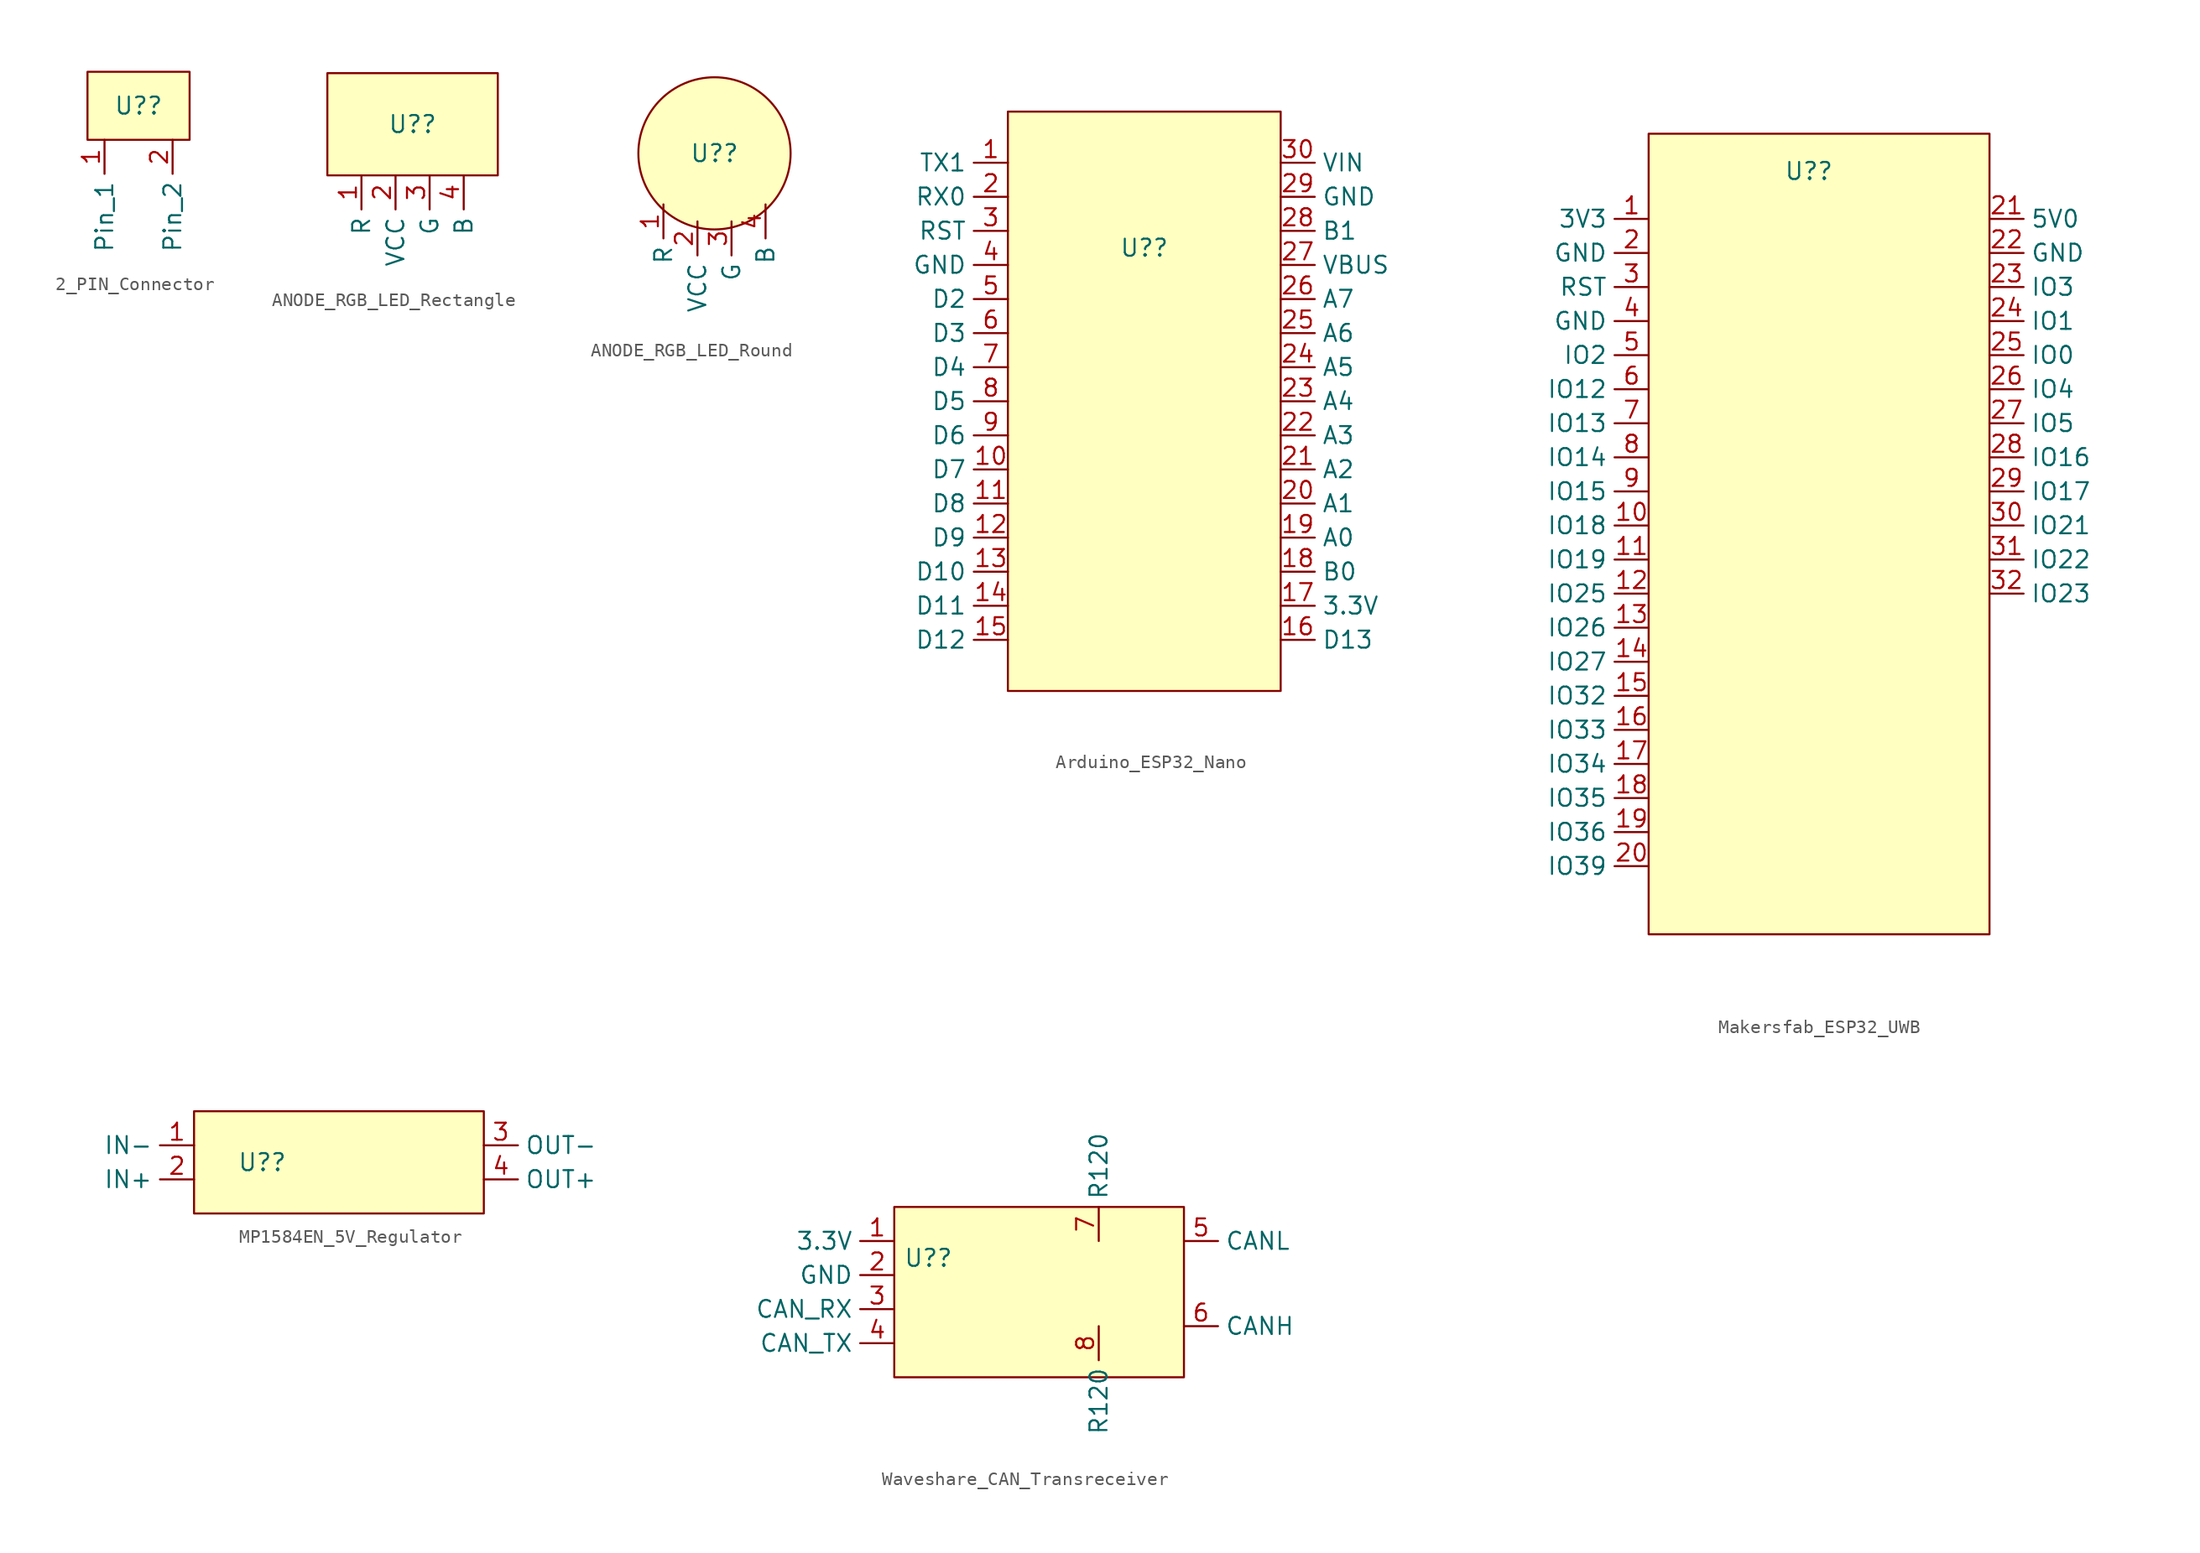
<source format=kicad_sym>
(kicad_symbol_lib
  (version 20241209)
  (generator "kicad_symbol_editor")
  (generator_version "9.0")
  (symbol "2_PIN_Connector"
    (property "Reference" "U?"
      (at 0 0 0)
      (effects (font (size 1.27 1.27))))
    (property "Value" ""
      (at 0 0 0)
      (effects (font (size 1.27 1.27))))
    (symbol "2_PIN_Connector_1_1"
      (rectangle (start -3.81 2.54) (end 3.81 -2.54) (stroke (width 0) (type solid)) (fill (type color) (color 255 255 194 1)))
      (pin bidirectional line (at -2.54 -2.54 270) (length 2.54) (name "Pin_1" (effects (font (size 1.27 1.27)))) (number "1" (effects (font (size 1.27 1.27)))))
      (pin bidirectional line (at 2.54 -2.54 270) (length 2.54) (name "Pin_2" (effects (font (size 1.27 1.27)))) (number "2" (effects (font (size 1.27 1.27)))))))
  (symbol "ANODE_RGB_LED_Rectangle"
    (property "Reference" "U?"
      (at 0 1.27 0)
      (effects (font (size 1.27 1.27))))
    (property "Value" ""
      (at -8.89 -3.81 0)
      (effects (font (size 1.27 1.27))))
    (symbol "ANODE_RGB_LED_Rectangle_1_1"
      (rectangle (start -6.35 5.08) (end 6.35 -2.54) (stroke (width 0) (type solid)) (fill (type color) (color 255 255 194 1)))
      (pin passive line (at -3.81 -2.54 270) (length 2.54) (name "R" (effects (font (size 1.27 1.27)))) (number "1" (effects (font (size 1.27 1.27)))))
      (pin power_in line (at -1.27 -2.54 270) (length 2.54) (name "VCC" (effects (font (size 1.27 1.27)))) (number "2" (effects (font (size 1.27 1.27)))))
      (pin passive line (at 1.27 -2.54 270) (length 2.54) (name "G" (effects (font (size 1.27 1.27)))) (number "3" (effects (font (size 1.27 1.27)))))
      (pin passive line (at 3.81 -2.54 270) (length 2.54) (name "B" (effects (font (size 1.27 1.27)))) (number "4" (effects (font (size 1.27 1.27)))))))
  (symbol "ANODE_RGB_LED_Round"
    (property "Reference" "U?"
      (at 0 0 0)
      (effects (font (size 1.27 1.27))))
    (property "Value" ""
      (at -8.89 -5.08 0)
      (effects (font (size 1.27 1.27))))
    (symbol "ANODE_RGB_LED_Round_1_1"
      (circle (center 0 0) (radius 5.68) (stroke (width 0) (type solid)) (fill (type color) (color 255 255 194 1)))
      (pin passive line (at -3.81 -3.81 270) (length 2.54) (name "R" (effects (font (size 1.27 1.27)))) (number "1" (effects (font (size 1.27 1.27)))))
      (pin power_in line (at -1.27 -5.08 270) (length 2.54) (name "VCC" (effects (font (size 1.27 1.27)))) (number "2" (effects (font (size 1.27 1.27)))))
      (pin passive line (at 1.27 -5.08 270) (length 2.54) (name "G" (effects (font (size 1.27 1.27)))) (number "3" (effects (font (size 1.27 1.27)))))
      (pin passive line (at 3.81 -3.81 270) (length 2.54) (name "B" (effects (font (size 1.27 1.27)))) (number "4" (effects (font (size 1.27 1.27)))))))
  (symbol "Arduino_ESP32_Nano"
    (property "Reference" "U?"
      (at 0 10.16 0)
      (effects (font (size 1.27 1.27))))
    (property "Value" ""
      (at 0 10.16 0)
      (effects (font (size 1.27 1.27))))
    (symbol "Arduino_ESP32_Nano_1_1"
      (rectangle (start -10.16 20.32) (end 10.16 -22.86) (stroke (width 0) (type solid)) (fill (type color) (color 255 255 194 1)))
      (pin bidirectional line (at -10.16 16.51 180) (length 2.54) (name "TX1" (effects (font (size 1.27 1.27)))) (number "1" (effects (font (size 1.27 1.27)))))
      (pin bidirectional line (at -10.16 13.97 180) (length 2.54) (name "RX0" (effects (font (size 1.27 1.27)))) (number "2" (effects (font (size 1.27 1.27)))))
      (pin input line (at -10.16 11.43 180) (length 2.54) (name "RST" (effects (font (size 1.27 1.27)))) (number "3" (effects (font (size 1.27 1.27)))))
      (pin power_in line (at -10.16 8.89 180) (length 2.54) (name "GND" (effects (font (size 1.27 1.27)))) (number "4" (effects (font (size 1.27 1.27)))))
      (pin bidirectional line (at -10.16 6.35 180) (length 2.54) (name "D2" (effects (font (size 1.27 1.27)))) (number "5" (effects (font (size 1.27 1.27)))))
      (pin bidirectional line (at -10.16 3.81 180) (length 2.54) (name "D3" (effects (font (size 1.27 1.27)))) (number "6" (effects (font (size 1.27 1.27)))))
      (pin bidirectional line (at -10.16 1.27 180) (length 2.54) (name "D4" (effects (font (size 1.27 1.27)))) (number "7" (effects (font (size 1.27 1.27)))))
      (pin bidirectional line (at -10.16 -1.27 180) (length 2.54) (name "D5" (effects (font (size 1.27 1.27)))) (number "8" (effects (font (size 1.27 1.27)))))
      (pin bidirectional line (at -10.16 -3.81 180) (length 2.54) (name "D6" (effects (font (size 1.27 1.27)))) (number "9" (effects (font (size 1.27 1.27)))))
      (pin bidirectional line (at -10.16 -6.35 180) (length 2.54) (name "D7" (effects (font (size 1.27 1.27)))) (number "10" (effects (font (size 1.27 1.27)))))
      (pin bidirectional line (at -10.16 -8.89 180) (length 2.54) (name "D8" (effects (font (size 1.27 1.27)))) (number "11" (effects (font (size 1.27 1.27)))))
      (pin bidirectional line (at -10.16 -11.43 180) (length 2.54) (name "D9" (effects (font (size 1.27 1.27)))) (number "12" (effects (font (size 1.27 1.27)))))
      (pin bidirectional line (at -10.16 -13.97 180) (length 2.54) (name "D10" (effects (font (size 1.27 1.27)))) (number "13" (effects (font (size 1.27 1.27)))))
      (pin bidirectional line (at -10.16 -16.51 180) (length 2.54) (name "D11" (effects (font (size 1.27 1.27)))) (number "14" (effects (font (size 1.27 1.27)))))
      (pin bidirectional line (at -10.16 -19.05 180) (length 2.54) (name "D12" (effects (font (size 1.27 1.27)))) (number "15" (effects (font (size 1.27 1.27)))))
      (pin power_in line (at 10.16 16.51 0) (length 2.54) (name "VIN" (effects (font (size 1.27 1.27)))) (number "30" (effects (font (size 1.27 1.27)))))
      (pin power_in line (at 10.16 13.97 0) (length 2.54) (name "GND" (effects (font (size 1.27 1.27)))) (number "29" (effects (font (size 1.27 1.27)))))
      (pin input line (at 10.16 11.43 0) (length 2.54) (name "B1" (effects (font (size 1.27 1.27)))) (number "28" (effects (font (size 1.27 1.27)))))
      (pin power_out line (at 10.16 8.89 0) (length 2.54) (name "VBUS" (effects (font (size 1.27 1.27)))) (number "27" (effects (font (size 1.27 1.27)))))
      (pin bidirectional line (at 10.16 6.35 0) (length 2.54) (name "A7" (effects (font (size 1.27 1.27)))) (number "26" (effects (font (size 1.27 1.27)))))
      (pin bidirectional line (at 10.16 3.81 0) (length 2.54) (name "A6" (effects (font (size 1.27 1.27)))) (number "25" (effects (font (size 1.27 1.27)))))
      (pin bidirectional line (at 10.16 1.27 0) (length 2.54) (name "A5" (effects (font (size 1.27 1.27)))) (number "24" (effects (font (size 1.27 1.27)))))
      (pin bidirectional line (at 10.16 -1.27 0) (length 2.54) (name "A4" (effects (font (size 1.27 1.27)))) (number "23" (effects (font (size 1.27 1.27)))))
      (pin bidirectional line (at 10.16 -3.81 0) (length 2.54) (name "A3" (effects (font (size 1.27 1.27)))) (number "22" (effects (font (size 1.27 1.27)))))
      (pin bidirectional line (at 10.16 -6.35 0) (length 2.54) (name "A2" (effects (font (size 1.27 1.27)))) (number "21" (effects (font (size 1.27 1.27)))))
      (pin bidirectional line (at 10.16 -8.89 0) (length 2.54) (name "A1" (effects (font (size 1.27 1.27)))) (number "20" (effects (font (size 1.27 1.27)))))
      (pin bidirectional line (at 10.16 -11.43 0) (length 2.54) (name "A0" (effects (font (size 1.27 1.27)))) (number "19" (effects (font (size 1.27 1.27)))))
      (pin input line (at 10.16 -13.97 0) (length 2.54) (name "B0" (effects (font (size 1.27 1.27)))) (number "18" (effects (font (size 1.27 1.27)))))
      (pin power_in line (at 10.16 -16.51 0) (length 2.54) (name "3.3V" (effects (font (size 1.27 1.27)))) (number "17" (effects (font (size 1.27 1.27)))))
      (pin bidirectional line (at 10.16 -19.05 0) (length 2.54) (name "D13" (effects (font (size 1.27 1.27)))) (number "16" (effects (font (size 1.27 1.27)))))))
  (symbol "Makersfab_ESP32_UWB"
    (property "Reference" "U?"
      (at -0.762 21.336 0)
      (effects (font (size 1.27 1.27))))
    (property "Value" ""
      (at -7.62 16.51 0)
      (effects (font (size 1.27 1.27))))
    (symbol "Makersfab_ESP32_UWB_1_1"
      (rectangle (start -12.7 24.13) (end 12.7 -35.56) (stroke (width 0) (type solid)) (fill (type color) (color 255 255 194 1)))
      (pin power_out line (at -12.7 17.78 180) (length 2.54) (name "3V3" (effects (font (size 1.27 1.27)))) (number "1" (effects (font (size 1.27 1.27)))))
      (pin power_in line (at -12.7 15.24 180) (length 2.54) (name "GND" (effects (font (size 1.27 1.27)))) (number "2" (effects (font (size 1.27 1.27)))))
      (pin input line (at -12.7 12.7 180) (length 2.54) (name "RST" (effects (font (size 1.27 1.27)))) (number "3" (effects (font (size 1.27 1.27)))))
      (pin power_in line (at -12.7 10.16 180) (length 2.54) (name "GND" (effects (font (size 1.27 1.27)))) (number "4" (effects (font (size 1.27 1.27)))))
      (pin bidirectional line (at -12.7 7.62 180) (length 2.54) (name "IO2" (effects (font (size 1.27 1.27)))) (number "5" (effects (font (size 1.27 1.27)))))
      (pin bidirectional line (at -12.7 5.08 180) (length 2.54) (name "IO12" (effects (font (size 1.27 1.27)))) (number "6" (effects (font (size 1.27 1.27)))))
      (pin bidirectional line (at -12.7 2.54 180) (length 2.54) (name "IO13" (effects (font (size 1.27 1.27)))) (number "7" (effects (font (size 1.27 1.27)))))
      (pin bidirectional line (at -12.7 0 180) (length 2.54) (name "IO14" (effects (font (size 1.27 1.27)))) (number "8" (effects (font (size 1.27 1.27)))))
      (pin bidirectional line (at -12.7 -2.54 180) (length 2.54) (name "IO15" (effects (font (size 1.27 1.27)))) (number "9" (effects (font (size 1.27 1.27)))))
      (pin bidirectional line (at -12.7 -5.08 180) (length 2.54) (name "IO18" (effects (font (size 1.27 1.27)))) (number "10" (effects (font (size 1.27 1.27)))))
      (pin bidirectional line (at -12.7 -7.62 180) (length 2.54) (name "IO19" (effects (font (size 1.27 1.27)))) (number "11" (effects (font (size 1.27 1.27)))))
      (pin bidirectional line (at -12.7 -10.16 180) (length 2.54) (name "IO25" (effects (font (size 1.27 1.27)))) (number "12" (effects (font (size 1.27 1.27)))))
      (pin bidirectional line (at -12.7 -12.7 180) (length 2.54) (name "IO26" (effects (font (size 1.27 1.27)))) (number "13" (effects (font (size 1.27 1.27)))))
      (pin bidirectional line (at -12.7 -15.24 180) (length 2.54) (name "IO27" (effects (font (size 1.27 1.27)))) (number "14" (effects (font (size 1.27 1.27)))))
      (pin bidirectional line (at -12.7 -17.78 180) (length 2.54) (name "IO32" (effects (font (size 1.27 1.27)))) (number "15" (effects (font (size 1.27 1.27)))))
      (pin bidirectional line (at -12.7 -20.32 180) (length 2.54) (name "IO33" (effects (font (size 1.27 1.27)))) (number "16" (effects (font (size 1.27 1.27)))))
      (pin bidirectional line (at -12.7 -22.86 180) (length 2.54) (name "IO34" (effects (font (size 1.27 1.27)))) (number "17" (effects (font (size 1.27 1.27)))))
      (pin bidirectional line (at -12.7 -25.4 180) (length 2.54) (name "IO35" (effects (font (size 1.27 1.27)))) (number "18" (effects (font (size 1.27 1.27)))))
      (pin bidirectional line (at -12.7 -27.94 180) (length 2.54) (name "IO36" (effects (font (size 1.27 1.27)))) (number "19" (effects (font (size 1.27 1.27)))))
      (pin bidirectional line (at -12.7 -30.48 180) (length 2.54) (name "IO39" (effects (font (size 1.27 1.27)))) (number "20" (effects (font (size 1.27 1.27)))))
      (pin power_in line (at 12.7 17.78 0) (length 2.54) (name "5V0" (effects (font (size 1.27 1.27)))) (number "21" (effects (font (size 1.27 1.27)))))
      (pin power_in line (at 12.7 15.24 0) (length 2.54) (name "GND" (effects (font (size 1.27 1.27)))) (number "22" (effects (font (size 1.27 1.27)))))
      (pin bidirectional line (at 12.7 12.7 0) (length 2.54) (name "IO3" (effects (font (size 1.27 1.27)))) (number "23" (effects (font (size 1.27 1.27)))))
      (pin bidirectional line (at 12.7 10.16 0) (length 2.54) (name "IO1" (effects (font (size 1.27 1.27)))) (number "24" (effects (font (size 1.27 1.27)))))
      (pin bidirectional line (at 12.7 7.62 0) (length 2.54) (name "IO0" (effects (font (size 1.27 1.27)))) (number "25" (effects (font (size 1.27 1.27)))))
      (pin bidirectional line (at 12.7 5.08 0) (length 2.54) (name "IO4" (effects (font (size 1.27 1.27)))) (number "26" (effects (font (size 1.27 1.27)))))
      (pin bidirectional line (at 12.7 2.54 0) (length 2.54) (name "IO5" (effects (font (size 1.27 1.27)))) (number "27" (effects (font (size 1.27 1.27)))))
      (pin bidirectional line (at 12.7 0 0) (length 2.54) (name "IO16" (effects (font (size 1.27 1.27)))) (number "28" (effects (font (size 1.27 1.27)))))
      (pin bidirectional line (at 12.7 -2.54 0) (length 2.54) (name "IO17" (effects (font (size 1.27 1.27)))) (number "29" (effects (font (size 1.27 1.27)))))
      (pin bidirectional line (at 12.7 -5.08 0) (length 2.54) (name "IO21" (effects (font (size 1.27 1.27)))) (number "30" (effects (font (size 1.27 1.27)))))
      (pin bidirectional line (at 12.7 -7.62 0) (length 2.54) (name "IO22" (effects (font (size 1.27 1.27)))) (number "31" (effects (font (size 1.27 1.27)))))
      (pin bidirectional line (at 12.7 -10.16 0) (length 2.54) (name "IO23" (effects (font (size 1.27 1.27)))) (number "32" (effects (font (size 1.27 1.27)))))))
  (symbol "MP1584EN_5V_Regulator"
    (property "Reference" "U?"
      (at -5.08 0 0)
      (effects (font (size 1.27 1.27))))
    (property "Value" ""
      (at -5.08 0 0)
      (effects (font (size 1.27 1.27))))
    (symbol "MP1584EN_5V_Regulator_1_1"
      (rectangle (start -10.16 3.81) (end 11.43 -3.81) (stroke (width 0) (type solid)) (fill (type color) (color 255 255 194 1)))
      (pin power_in line (at -10.16 1.27 180) (length 2.54) (name "IN-" (effects (font (size 1.27 1.27)))) (number "1" (effects (font (size 1.27 1.27)))))
      (pin power_in line (at -10.16 -1.27 180) (length 2.54) (name "IN+" (effects (font (size 1.27 1.27)))) (number "2" (effects (font (size 1.27 1.27)))))
      (pin power_out line (at 11.43 1.27 0) (length 2.54) (name "OUT-" (effects (font (size 1.27 1.27)))) (number "3" (effects (font (size 1.27 1.27)))))
      (pin power_out line (at 11.43 -1.27 0) (length 2.54) (name "OUT+" (effects (font (size 1.27 1.27)))) (number "4" (effects (font (size 1.27 1.27)))))))
  (symbol "Waveshare_CAN_Transreceiver"
    (property "Reference" "U?"
      (at -7.62 2.54 0)
      (effects (font (size 1.27 1.27))))
    (property "Value" ""
      (at -5.08 3.81 0)
      (effects (font (size 1.27 1.27))))
    (symbol "Waveshare_CAN_Transreceiver_1_1"
      (rectangle (start -10.16 6.35) (end 11.43 -6.35) (stroke (width 0) (type solid)) (fill (type color) (color 255 255 194 1)))
      (pin power_in line (at -10.16 3.81 180) (length 2.54) (name "3.3V" (effects (font (size 1.27 1.27)))) (number "1" (effects (font (size 1.27 1.27)))))
      (pin power_in line (at -10.16 1.27 180) (length 2.54) (name "GND" (effects (font (size 1.27 1.27)))) (number "2" (effects (font (size 1.27 1.27)))))
      (pin bidirectional line (at -10.16 -1.27 180) (length 2.54) (name "CAN_RX" (effects (font (size 1.27 1.27)))) (number "3" (effects (font (size 1.27 1.27)))))
      (pin bidirectional line (at -10.16 -3.81 180) (length 2.54) (name "CAN_TX" (effects (font (size 1.27 1.27)))) (number "4" (effects (font (size 1.27 1.27)))))
      (pin free line (at 5.08 3.81 90) (length 2.54) (name "R120" (effects (font (size 1.27 1.27)))) (number "7" (effects (font (size 1.27 1.27)))))
      (pin free line (at 5.08 -2.54 270) (length 2.54) (name "R120" (effects (font (size 1.27 1.27)))) (number "8" (effects (font (size 1.27 1.27)))))
      (pin bidirectional line (at 11.43 3.81 0) (length 2.54) (name "CANL" (effects (font (size 1.27 1.27)))) (number "5" (effects (font (size 1.27 1.27)))))
      (pin bidirectional line (at 11.43 -2.54 0) (length 2.54) (name "CANH" (effects (font (size 1.27 1.27)))) (number "6" (effects (font (size 1.27 1.27))))))))
</source>
